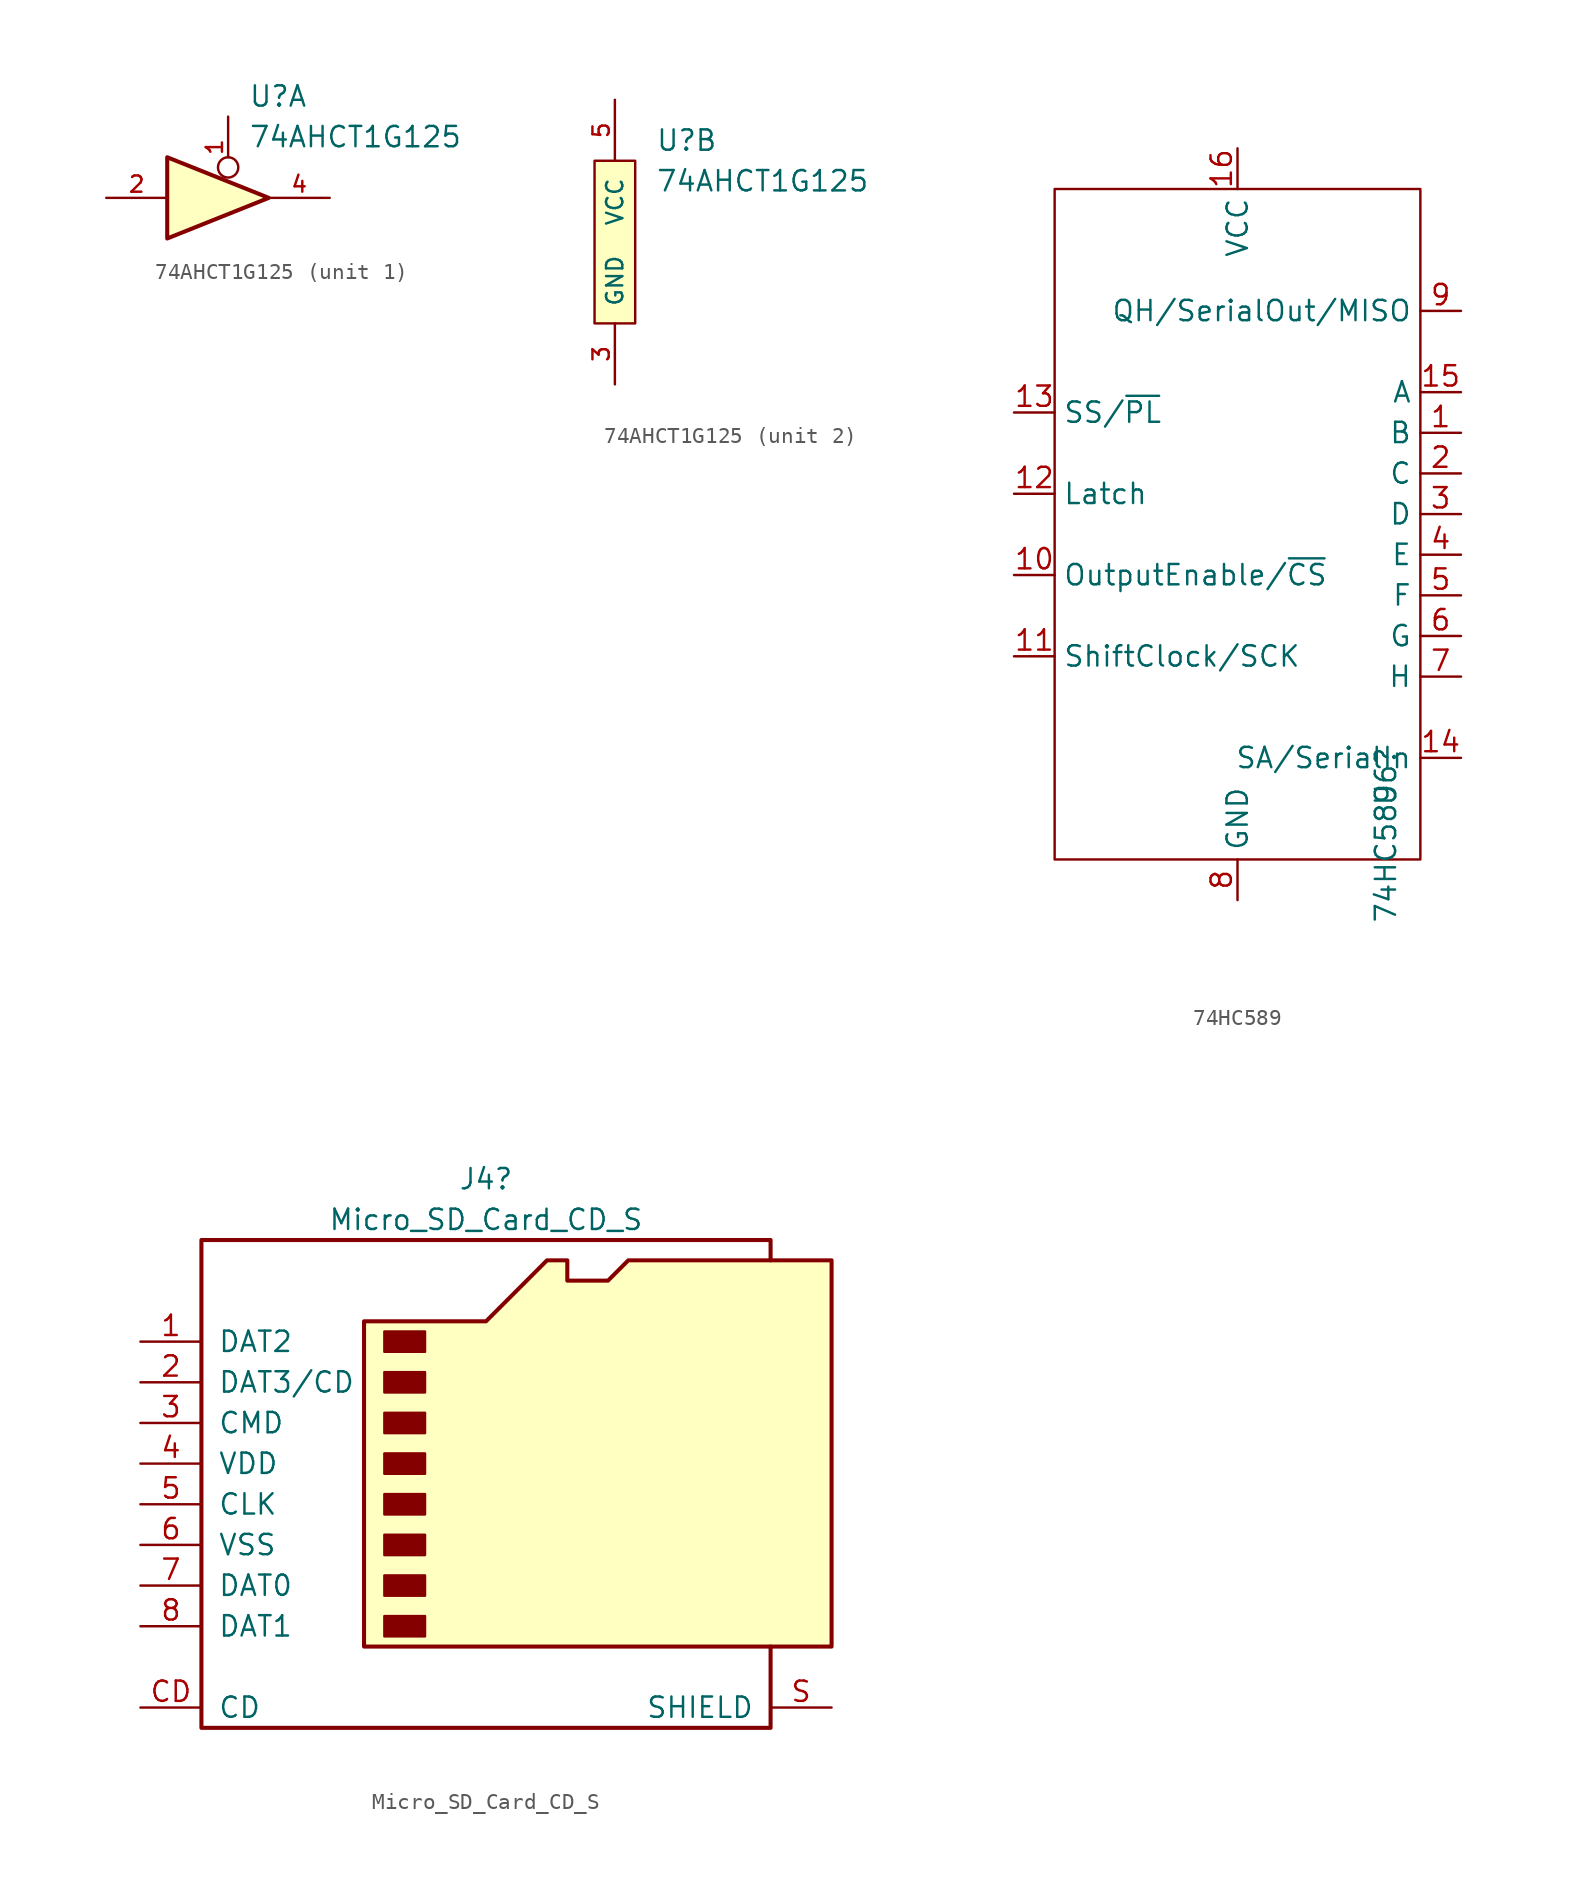
<source format=kicad_sym>
(kicad_symbol_lib
  (version 20211014)
  (generator kicad_symbol_editor)
  (symbol "74AHCT1G125"
    (pin_names
      (offset 1.016))
    (property "Reference" "U"
      (at 2.54 6.35 0)
      (effects (font (size 1.27 1.27)) (justify left)))
    (property "Value" "74AHCT1G125"
      (at 2.54 3.81 0)
      (effects (font (size 1.27 1.27)) (justify left)))
    (property "ki_locked" ""
      (at 0 0 0)
      (effects (font (size 1.27 1.27))))
    (symbol "74AHCT1G125_1_1"
      (polyline (pts (xy -2.54 2.54) (xy -2.54 -2.54) (xy 3.81 0) (xy -2.54 2.54)) (stroke (width 0.254) (type default) (color 0 0 0 0)) (fill (type background)))
      (pin input inverted (at 1.27 5.08 270) (length 3.81) (name "~" (effects (font (size 1.016 1.016)))) (number "1" (effects (font (size 1.016 1.016)))))
      (pin input line (at -6.35 0 0) (length 3.81) (name "~" (effects (font (size 1.016 1.016)))) (number "2" (effects (font (size 1.016 1.016)))))
      (pin tri_state line (at 7.62 0 180) (length 3.81) (name "~" (effects (font (size 1.016 1.016)))) (number "4" (effects (font (size 1.016 1.016))))))
    (symbol "74AHCT1G125_2_1"
      (rectangle (start 1.27 -5.08) (end -1.27 5.08) (stroke (width 0.152) (type default) (color 0 0 0 0)) (fill (type background)))
      (pin power_in line (at 0 -8.89 90) (length 3.81) (name "GND" (effects (font (size 1.016 1.016)))) (number "3" (effects (font (size 1.016 1.016)))))
      (pin power_in line (at 0 8.89 270) (length 3.81) (name "VCC" (effects (font (size 1.016 1.016)))) (number "5" (effects (font (size 1.016 1.016)))))))
  (symbol "74HC589"
    (property "Reference" "U6"
      (at 9.271 -13.209 90)
      (effects (font (size 1.27 1.27)) (justify right)))
    (property "Value" "74HC589"
      (at 9.271 -15.508 90)
      (effects (font (size 1.27 1.27)) (justify right)))
    (symbol "74HC589_0_1"
      (rectangle (start -11.43 21.59) (end 11.43 -20.32) (stroke (width 0.152) (type default) (color 0 0 0 0)) (fill (type none))))
    (symbol "74HC589_1_1"
      (pin input line (at 13.97 6.35 180) (length 2.54) (name "B" (effects (font (size 1.27 1.27)))) (number "1" (effects (font (size 1.27 1.27)))))
      (pin input line (at -13.97 -2.54 0) (length 2.54) (name "OutputEnable/~{CS}" (effects (font (size 1.27 1.27)))) (number "10" (effects (font (size 1.27 1.27)))))
      (pin input line (at -13.97 -7.62 0) (length 2.54) (name "ShiftClock/SCK" (effects (font (size 1.27 1.27)))) (number "11" (effects (font (size 1.27 1.27)))))
      (pin input line (at -13.97 2.54 0) (length 2.54) (name "Latch" (effects (font (size 1.27 1.27)))) (number "12" (effects (font (size 1.27 1.27)))))
      (pin input line (at -13.97 7.62 0) (length 2.54) (name "SS/~{PL}" (effects (font (size 1.27 1.27)))) (number "13" (effects (font (size 1.27 1.27)))))
      (pin input line (at 13.97 -13.97 180) (length 2.54) (name "SA/SerialIn" (effects (font (size 1.27 1.27)))) (number "14" (effects (font (size 1.27 1.27)))))
      (pin input line (at 13.97 8.89 180) (length 2.54) (name "A" (effects (font (size 1.27 1.27)))) (number "15" (effects (font (size 1.27 1.27)))))
      (pin power_in line (at 0 24.13 270) (length 2.54) (name "VCC" (effects (font (size 1.27 1.27)))) (number "16" (effects (font (size 1.27 1.27)))))
      (pin input line (at 13.97 3.81 180) (length 2.54) (name "C" (effects (font (size 1.27 1.27)))) (number "2" (effects (font (size 1.27 1.27)))))
      (pin input line (at 13.97 1.27 180) (length 2.54) (name "D" (effects (font (size 1.27 1.27)))) (number "3" (effects (font (size 1.27 1.27)))))
      (pin input line (at 13.97 -1.27 180) (length 2.54) (name "E" (effects (font (size 1.27 1.27)))) (number "4" (effects (font (size 1.27 1.27)))))
      (pin input line (at 13.97 -3.81 180) (length 2.54) (name "F" (effects (font (size 1.27 1.27)))) (number "5" (effects (font (size 1.27 1.27)))))
      (pin input line (at 13.97 -6.35 180) (length 2.54) (name "G" (effects (font (size 1.27 1.27)))) (number "6" (effects (font (size 1.27 1.27)))))
      (pin input line (at 13.97 -8.89 180) (length 2.54) (name "H" (effects (font (size 1.27 1.27)))) (number "7" (effects (font (size 1.27 1.27)))))
      (pin power_in line (at 0 -22.86 90) (length 2.54) (name "GND" (effects (font (size 1.27 1.27)))) (number "8" (effects (font (size 1.27 1.27)))))
      (pin output line (at 13.97 13.97 180) (length 2.54) (name "QH/SerialOut/MISO" (effects (font (size 1.27 1.27)))) (number "9" (effects (font (size 1.27 1.27)))))))
  (symbol "Micro_SD_Card_CD_S"
    (pin_names
      (offset 1.016))
    (property "Reference" "J4"
      (at -1.27 17.78 0)
      (effects (font (size 1.27 1.27))))
    (property "Value" "Micro_SD_Card_CD_S"
      (at -1.27 15.24 0)
      (effects (font (size 1.27 1.27))))
    (symbol "Micro_SD_Card_CD_S_0_1"
      (rectangle (start -7.62 -9.525) (end -5.08 -10.795) (stroke (width 0) (type default) (color 0 0 0 0)) (fill (type outline)))
      (rectangle (start -7.62 -6.985) (end -5.08 -8.255) (stroke (width 0) (type default) (color 0 0 0 0)) (fill (type outline)))
      (rectangle (start -7.62 -4.445) (end -5.08 -5.715) (stroke (width 0) (type default) (color 0 0 0 0)) (fill (type outline)))
      (rectangle (start -7.62 -1.905) (end -5.08 -3.175) (stroke (width 0) (type default) (color 0 0 0 0)) (fill (type outline)))
      (rectangle (start -7.62 0.635) (end -5.08 -0.635) (stroke (width 0) (type default) (color 0 0 0 0)) (fill (type outline)))
      (rectangle (start -7.62 3.175) (end -5.08 1.905) (stroke (width 0) (type default) (color 0 0 0 0)) (fill (type outline)))
      (rectangle (start -7.62 5.715) (end -5.08 4.445) (stroke (width 0) (type default) (color 0 0 0 0)) (fill (type outline)))
      (rectangle (start -7.62 8.255) (end -5.08 6.985) (stroke (width 0) (type default) (color 0 0 0 0)) (fill (type outline)))
      (polyline (pts (xy 16.51 12.7) (xy 16.51 13.97) (xy -19.05 13.97) (xy -19.05 -16.51) (xy 16.51 -16.51) (xy 16.51 -11.43)) (stroke (width 0.254) (type default) (color 0 0 0 0)) (fill (type none)))
      (polyline (pts (xy -8.89 -11.43) (xy -8.89 8.89) (xy -1.27 8.89) (xy 2.54 12.7) (xy 3.81 12.7) (xy 3.81 11.43) (xy 6.35 11.43) (xy 7.62 12.7) (xy 20.32 12.7) (xy 20.32 -11.43) (xy -8.89 -11.43)) (stroke (width 0.254) (type default) (color 0 0 0 0)) (fill (type background))))
    (symbol "Micro_SD_Card_CD_S_1_1"
      (pin bidirectional line (at -22.86 7.62 0) (length 3.81) (name "DAT2" (effects (font (size 1.27 1.27)))) (number "1" (effects (font (size 1.27 1.27)))))
      (pin bidirectional line (at -22.86 5.08 0) (length 3.81) (name "DAT3/CD" (effects (font (size 1.27 1.27)))) (number "2" (effects (font (size 1.27 1.27)))))
      (pin input line (at -22.86 2.54 0) (length 3.81) (name "CMD" (effects (font (size 1.27 1.27)))) (number "3" (effects (font (size 1.27 1.27)))))
      (pin power_in line (at -22.86 0 0) (length 3.81) (name "VDD" (effects (font (size 1.27 1.27)))) (number "4" (effects (font (size 1.27 1.27)))))
      (pin input line (at -22.86 -2.54 0) (length 3.81) (name "CLK" (effects (font (size 1.27 1.27)))) (number "5" (effects (font (size 1.27 1.27)))))
      (pin power_in line (at -22.86 -5.08 0) (length 3.81) (name "VSS" (effects (font (size 1.27 1.27)))) (number "6" (effects (font (size 1.27 1.27)))))
      (pin bidirectional line (at -22.86 -7.62 0) (length 3.81) (name "DAT0" (effects (font (size 1.27 1.27)))) (number "7" (effects (font (size 1.27 1.27)))))
      (pin bidirectional line (at -22.86 -10.16 0) (length 3.81) (name "DAT1" (effects (font (size 1.27 1.27)))) (number "8" (effects (font (size 1.27 1.27)))))
      (pin passive line (at -22.86 -15.24 0) (length 3.81) (name "CD" (effects (font (size 1.27 1.27)))) (number "CD" (effects (font (size 1.27 1.27)))))
      (pin passive line (at 20.32 -15.24 180) (length 3.81) (name "SHIELD" (effects (font (size 1.27 1.27)))) (number "S" (effects (font (size 1.27 1.27))))))))
</source>
